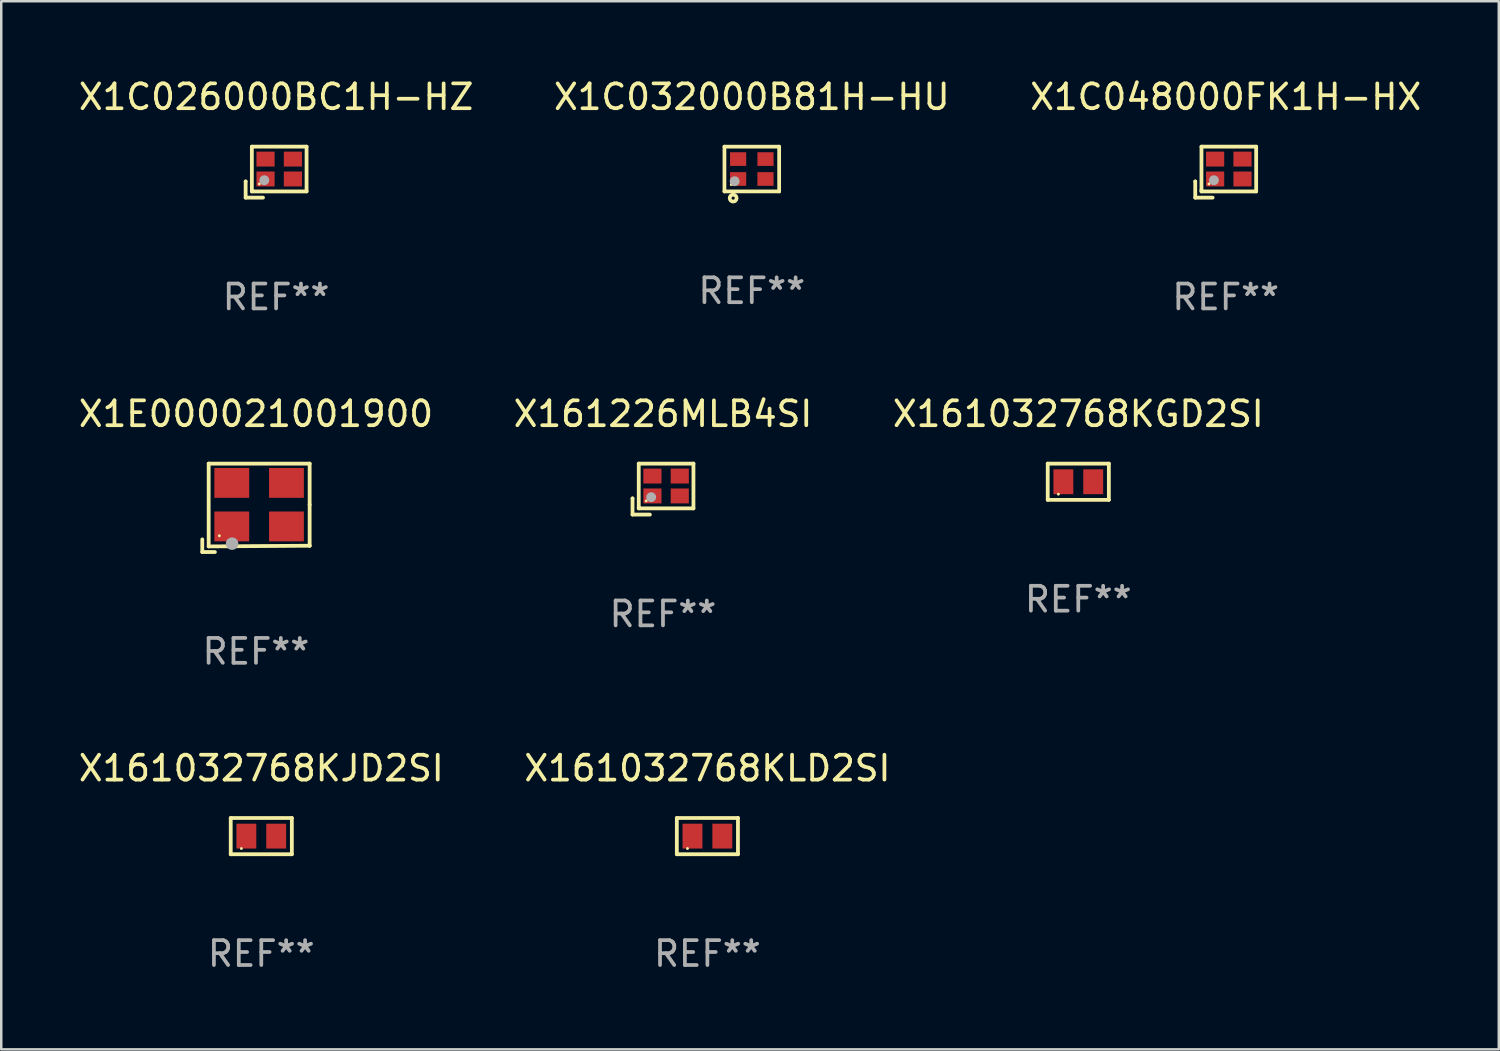
<source format=kicad_pcb>
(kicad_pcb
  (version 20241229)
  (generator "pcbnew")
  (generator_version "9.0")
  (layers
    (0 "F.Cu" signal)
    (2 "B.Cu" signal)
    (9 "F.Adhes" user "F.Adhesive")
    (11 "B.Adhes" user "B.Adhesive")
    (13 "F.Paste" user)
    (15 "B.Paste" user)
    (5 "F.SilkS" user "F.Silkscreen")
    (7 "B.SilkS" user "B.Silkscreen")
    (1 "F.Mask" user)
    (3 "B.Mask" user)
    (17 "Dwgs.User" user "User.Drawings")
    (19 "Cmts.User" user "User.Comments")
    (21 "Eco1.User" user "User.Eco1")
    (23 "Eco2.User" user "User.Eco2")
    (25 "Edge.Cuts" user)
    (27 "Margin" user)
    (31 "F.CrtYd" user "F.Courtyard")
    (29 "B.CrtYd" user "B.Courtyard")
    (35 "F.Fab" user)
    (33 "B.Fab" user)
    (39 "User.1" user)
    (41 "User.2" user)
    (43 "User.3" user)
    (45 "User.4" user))
  (footprint "X1E000021001900"
    (layer "F.Cu")
    (at 7.244 17.373)
    (property "Reference" "X1E000021001900" (at 0 -3.778 0) (layer "F.SilkS") (effects (font (size 1 1) (thickness 0.15))))
    (attr through_hole)
    (fp_line (start -2.159 1.27) (end -2.159 1.778) (stroke (width 0.152) (type solid)) (layer "F.SilkS"))
    (fp_line (start -2.159 1.778) (end -1.651 1.778) (stroke (width 0.152) (type solid)) (layer "F.SilkS"))
    (fp_line (start -1.902 -1.778) (end 2.159 -1.778) (stroke (width 0.152) (type solid)) (layer "F.SilkS"))
    (fp_line (start -1.902 1.552) (end -1.902 -1.778) (stroke (width 0.152) (type solid)) (layer "F.SilkS"))
    (fp_line (start 2.159 -1.778) (end 2.159 -0.127) (stroke (width 0.152) (type solid)) (layer "F.SilkS"))
    (fp_line (start 2.159 -0.127) (end 2.159 1.524) (stroke (width 0.152) (type solid)) (layer "F.SilkS"))
    (fp_line (start 2.159 1.524) (end -1.902 1.552) (stroke (width 0.152) (type solid)) (layer "F.SilkS"))
    (fp_line (start 2.159 1.524) (end 2.159 1.524) (stroke (width 0.152) (type solid)) (layer "F.SilkS"))
    (fp_circle (center -1.473 1.123) (end -1.443 1.123) (stroke (width 0.06) (type solid)) (fill no) (layer "F.SilkS"))
    (fp_circle (center -0.961 1.44) (end -0.834 1.44) (stroke (width 0.254) (type solid)) (fill no) (layer "F.Fab"))
    (fp_text user "REF**" (at 0 5.778 0) (layer "F.Fab") (effects (font (size 1 1) (thickness 0.15))))
    (pad "1" smd rect (at -0.973 0.748) (size 1.4 1.2) (layers "F.Cu" "F.Mask" "F.Paste"))
    (pad "2" smd rect (at 1.227 0.748) (size 1.4 1.2) (layers "F.Cu" "F.Mask" "F.Paste"))
    (pad "3" smd rect (at 1.227 -1.002) (size 1.4 1.2) (layers "F.Cu" "F.Mask" "F.Paste"))
    (pad "4" smd rect (at -0.973 -1.002) (size 1.4 1.2) (layers "F.Cu" "F.Mask" "F.Paste")))
  (footprint "X1C026000BC1H-HZ"
    (layer "F.Cu")
    (at 8.054 3.873)
    (property "Reference" "X1C026000BC1H-HZ" (at 0 -3.025 0) (layer "F.SilkS") (effects (font (size 1 1) (thickness 0.15))))
    (attr through_hole)
    (fp_line (start -1.225 0.375) (end -1.225 0.375) (stroke (width 0.152) (type solid)) (layer "F.SilkS"))
    (fp_line (start -1.225 0.375) (end -1.225 1.025) (stroke (width 0.152) (type solid)) (layer "F.SilkS"))
    (fp_line (start -1.225 1.025) (end -0.526 1.025) (stroke (width 0.152) (type solid)) (layer "F.SilkS"))
    (fp_line (start -0.975 -1.025) (end -0.975 0.725) (stroke (width 0.152) (type solid)) (layer "F.SilkS"))
    (fp_line (start -0.975 0.725) (end -0.975 0.775) (stroke (width 0.152) (type solid)) (layer "F.SilkS"))
    (fp_line (start -0.975 0.775) (end 1.225 0.775) (stroke (width 0.152) (type solid)) (layer "F.SilkS"))
    (fp_line (start 1.225 -1.025) (end -0.975 -1.025) (stroke (width 0.152) (type solid)) (layer "F.SilkS"))
    (fp_line (start 1.225 0.775) (end 1.225 -1.025) (stroke (width 0.152) (type solid)) (layer "F.SilkS"))
    (fp_circle (center -0.675 0.475) (end -0.645 0.475) (stroke (width 0.06) (type solid)) (fill no) (layer "F.SilkS"))
    (fp_circle (center -0.475 0.325) (end -0.375 0.325) (stroke (width 0.2) (type solid)) (fill no) (layer "F.Fab"))
    (fp_text user "REF**" (at 0 5.025 0) (layer "F.Fab") (effects (font (size 1 1) (thickness 0.15))))
    (pad "1" smd rect (at -0.425 0.275) (size 0.73 0.6) (layers "F.Cu" "F.Mask" "F.Paste"))
    (pad "2" smd rect (at 0.675 0.275) (size 0.73 0.6) (layers "F.Cu" "F.Mask" "F.Paste"))
    (pad "3" smd rect (at 0.675 -0.525) (size 0.73 0.6) (layers "F.Cu" "F.Mask" "F.Paste"))
    (pad "4" smd rect (at -0.425 -0.525) (size 0.73 0.6) (layers "F.Cu" "F.Mask" "F.Paste")))
  (footprint "X1C032000B81H-HU"
    (layer "F.Cu")
    (at 27.185 3.748)
    (property "Reference" "X1C032000B81H-HU" (at 0 -2.9 0) (layer "F.SilkS") (effects (font (size 1 1) (thickness 0.15))))
    (attr through_hole)
    (fp_line (start -1.1 -0.9) (end -1.1 0.9) (stroke (width 0.15) (type solid)) (layer "F.SilkS"))
    (fp_line (start -1.1 -0.9) (end 1.1 -0.9) (stroke (width 0.15) (type solid)) (layer "F.SilkS"))
    (fp_line (start -1.1 0.9) (end 1.1 0.9) (stroke (width 0.15) (type solid)) (layer "F.SilkS"))
    (fp_line (start 1.1 -0.9) (end 1.1 0.9) (stroke (width 0.15) (type solid)) (layer "F.SilkS"))
    (fp_circle (center -0.825 0.625) (end -0.795 0.625) (stroke (width 0.06) (type solid)) (fill no) (layer "F.SilkS"))
    (fp_circle (center -0.75 1.17) (end -0.686 1.17) (stroke (width 0.15) (type solid)) (fill no) (layer "F.SilkS"))
    (fp_circle (center -0.69 0.49) (end -0.59 0.49) (stroke (width 0.2) (type solid)) (fill no) (layer "F.Fab"))
    (fp_text user "REF**" (at 0 4.9 0) (layer "F.Fab") (effects (font (size 1 1) (thickness 0.15))))
    (pad "1" smd rect (at -0.55 0.4) (size 0.65 0.55) (layers "F.Cu" "F.Mask" "F.Paste"))
    (pad "2" smd rect (at 0.55 0.4) (size 0.65 0.55) (layers "F.Cu" "F.Mask" "F.Paste"))
    (pad "3" smd rect (at 0.55 -0.4) (size 0.65 0.55) (layers "F.Cu" "F.Mask" "F.Paste"))
    (pad "4" smd rect (at -0.55 -0.4) (size 0.65 0.55) (layers "F.Cu" "F.Mask" "F.Paste")))
  (footprint "X161226MLB4SI"
    (layer "F.Cu")
    (at 23.613 16.62)
    (property "Reference" "X161226MLB4SI" (at 0 -3.025 0) (layer "F.SilkS") (effects (font (size 1 1) (thickness 0.15))))
    (attr through_hole)
    (fp_line (start -1.225 0.375) (end -1.225 0.375) (stroke (width 0.152) (type solid)) (layer "F.SilkS"))
    (fp_line (start -1.225 0.375) (end -1.225 1.025) (stroke (width 0.152) (type solid)) (layer "F.SilkS"))
    (fp_line (start -1.225 1.025) (end -0.526 1.025) (stroke (width 0.152) (type solid)) (layer "F.SilkS"))
    (fp_line (start -0.975 -1.025) (end -0.975 0.725) (stroke (width 0.152) (type solid)) (layer "F.SilkS"))
    (fp_line (start -0.975 0.725) (end -0.975 0.775) (stroke (width 0.152) (type solid)) (layer "F.SilkS"))
    (fp_line (start -0.975 0.775) (end 1.225 0.775) (stroke (width 0.152) (type solid)) (layer "F.SilkS"))
    (fp_line (start 1.225 -1.025) (end -0.975 -1.025) (stroke (width 0.152) (type solid)) (layer "F.SilkS"))
    (fp_line (start 1.225 0.775) (end 1.225 -1.025) (stroke (width 0.152) (type solid)) (layer "F.SilkS"))
    (fp_circle (center -0.675 0.475) (end -0.645 0.475) (stroke (width 0.06) (type solid)) (fill no) (layer "F.SilkS"))
    (fp_circle (center -0.475 0.325) (end -0.375 0.325) (stroke (width 0.2) (type solid)) (fill no) (layer "F.Fab"))
    (fp_text user "REF**" (at 0 5.025 0) (layer "F.Fab") (effects (font (size 1 1) (thickness 0.15))))
    (pad "1" smd rect (at -0.425 0.275) (size 0.73 0.6) (layers "F.Cu" "F.Mask" "F.Paste"))
    (pad "2" smd rect (at 0.675 0.275) (size 0.73 0.6) (layers "F.Cu" "F.Mask" "F.Paste"))
    (pad "3" smd rect (at 0.675 -0.525) (size 0.73 0.6) (layers "F.Cu" "F.Mask" "F.Paste"))
    (pad "4" smd rect (at -0.425 -0.525) (size 0.73 0.6) (layers "F.Cu" "F.Mask" "F.Paste")))
  (footprint "X161032768KJD2SI"
    (layer "F.Cu")
    (at 7.458 30.576)
    (property "Reference" "X161032768KJD2SI" (at 0 -2.729 0) (layer "F.SilkS") (effects (font (size 1 1) (thickness 0.15))))
    (attr through_hole)
    (fp_line (start -1.229 -0.729) (end 1.229 -0.729) (stroke (width 0.152) (type solid)) (layer "F.SilkS"))
    (fp_line (start -1.229 0.729) (end -1.229 -0.729) (stroke (width 0.152) (type solid)) (layer "F.SilkS"))
    (fp_line (start 1.229 -0.729) (end 1.229 0.729) (stroke (width 0.152) (type solid)) (layer "F.SilkS"))
    (fp_line (start 1.229 0.729) (end -1.229 0.729) (stroke (width 0.152) (type solid)) (layer "F.SilkS"))
    (fp_circle (center -0.8 0.5) (end -0.77 0.5) (stroke (width 0.06) (type solid)) (fill no) (layer "F.SilkS"))
    (fp_text user "REF**" (at 0 4.729 0) (layer "F.Fab") (effects (font (size 1 1) (thickness 0.15))))
    (pad "1" smd rect (at -0.6 0) (size 0.8 1) (layers "F.Cu" "F.Mask" "F.Paste"))
    (pad "2" smd rect (at 0.6 0) (size 0.8 1) (layers "F.Cu" "F.Mask" "F.Paste")))
  (footprint "X1C048000FK1H-HX"
    (layer "F.Cu")
    (at 46.244 3.873)
    (property "Reference" "X1C048000FK1H-HX" (at 0 -3.025 0) (layer "F.SilkS") (effects (font (size 1 1) (thickness 0.15))))
    (attr through_hole)
    (fp_line (start -1.225 0.375) (end -1.225 0.375) (stroke (width 0.152) (type solid)) (layer "F.SilkS"))
    (fp_line (start -1.225 0.375) (end -1.225 1.025) (stroke (width 0.152) (type solid)) (layer "F.SilkS"))
    (fp_line (start -1.225 1.025) (end -0.526 1.025) (stroke (width 0.152) (type solid)) (layer "F.SilkS"))
    (fp_line (start -0.975 -1.025) (end -0.975 0.725) (stroke (width 0.152) (type solid)) (layer "F.SilkS"))
    (fp_line (start -0.975 0.725) (end -0.975 0.775) (stroke (width 0.152) (type solid)) (layer "F.SilkS"))
    (fp_line (start -0.975 0.775) (end 1.225 0.775) (stroke (width 0.152) (type solid)) (layer "F.SilkS"))
    (fp_line (start 1.225 -1.025) (end -0.975 -1.025) (stroke (width 0.152) (type solid)) (layer "F.SilkS"))
    (fp_line (start 1.225 0.775) (end 1.225 -1.025) (stroke (width 0.152) (type solid)) (layer "F.SilkS"))
    (fp_circle (center -0.675 0.475) (end -0.645 0.475) (stroke (width 0.06) (type solid)) (fill no) (layer "F.SilkS"))
    (fp_circle (center -0.475 0.325) (end -0.375 0.325) (stroke (width 0.2) (type solid)) (fill no) (layer "F.Fab"))
    (fp_text user "REF**" (at 0 5.025 0) (layer "F.Fab") (effects (font (size 1 1) (thickness 0.15))))
    (pad "1" smd rect (at -0.425 0.275) (size 0.73 0.6) (layers "F.Cu" "F.Mask" "F.Paste"))
    (pad "2" smd rect (at 0.675 0.275) (size 0.73 0.6) (layers "F.Cu" "F.Mask" "F.Paste"))
    (pad "3" smd rect (at 0.675 -0.525) (size 0.73 0.6) (layers "F.Cu" "F.Mask" "F.Paste"))
    (pad "4" smd rect (at -0.425 -0.525) (size 0.73 0.6) (layers "F.Cu" "F.Mask" "F.Paste")))
  (footprint "X161032768KLD2SI"
    (layer "F.Cu")
    (at 25.399 30.576)
    (property "Reference" "X161032768KLD2SI" (at 0 -2.729 0) (layer "F.SilkS") (effects (font (size 1 1) (thickness 0.15))))
    (attr through_hole)
    (fp_line (start -1.229 -0.729) (end 1.229 -0.729) (stroke (width 0.152) (type solid)) (layer "F.SilkS"))
    (fp_line (start -1.229 0.729) (end -1.229 -0.729) (stroke (width 0.152) (type solid)) (layer "F.SilkS"))
    (fp_line (start 1.229 -0.729) (end 1.229 0.729) (stroke (width 0.152) (type solid)) (layer "F.SilkS"))
    (fp_line (start 1.229 0.729) (end -1.229 0.729) (stroke (width 0.152) (type solid)) (layer "F.SilkS"))
    (fp_circle (center -0.8 0.5) (end -0.77 0.5) (stroke (width 0.06) (type solid)) (fill no) (layer "F.SilkS"))
    (fp_text user "REF**" (at 0 4.729 0) (layer "F.Fab") (effects (font (size 1 1) (thickness 0.15))))
    (pad "1" smd rect (at -0.6 0) (size 0.8 1) (layers "F.Cu" "F.Mask" "F.Paste"))
    (pad "2" smd rect (at 0.6 0) (size 0.8 1) (layers "F.Cu" "F.Mask" "F.Paste")))
  (footprint "X161032768KGD2SI"
    (layer "F.Cu")
    (at 40.315 16.324)
    (property "Reference" "X161032768KGD2SI" (at 0 -2.729 0) (layer "F.SilkS") (effects (font (size 1 1) (thickness 0.15))))
    (attr through_hole)
    (fp_line (start -1.229 -0.729) (end 1.229 -0.729) (stroke (width 0.152) (type solid)) (layer "F.SilkS"))
    (fp_line (start -1.229 0.729) (end -1.229 -0.729) (stroke (width 0.152) (type solid)) (layer "F.SilkS"))
    (fp_line (start 1.229 -0.729) (end 1.229 0.729) (stroke (width 0.152) (type solid)) (layer "F.SilkS"))
    (fp_line (start 1.229 0.729) (end -1.229 0.729) (stroke (width 0.152) (type solid)) (layer "F.SilkS"))
    (fp_circle (center -0.8 0.5) (end -0.77 0.5) (stroke (width 0.06) (type solid)) (fill no) (layer "F.SilkS"))
    (fp_text user "REF**" (at 0 4.729 0) (layer "F.Fab") (effects (font (size 1 1) (thickness 0.15))))
    (pad "1" smd rect (at -0.6 0) (size 0.8 1) (layers "F.Cu" "F.Mask" "F.Paste"))
    (pad "2" smd rect (at 0.6 0) (size 0.8 1) (layers "F.Cu" "F.Mask" "F.Paste")))
  (gr_rect
    (start -3 -3)
    (end 57.226 39.153)
    (stroke (width 0.1) (type default))
    (fill no)
    (layer "Edge.Cuts")))
</source>
